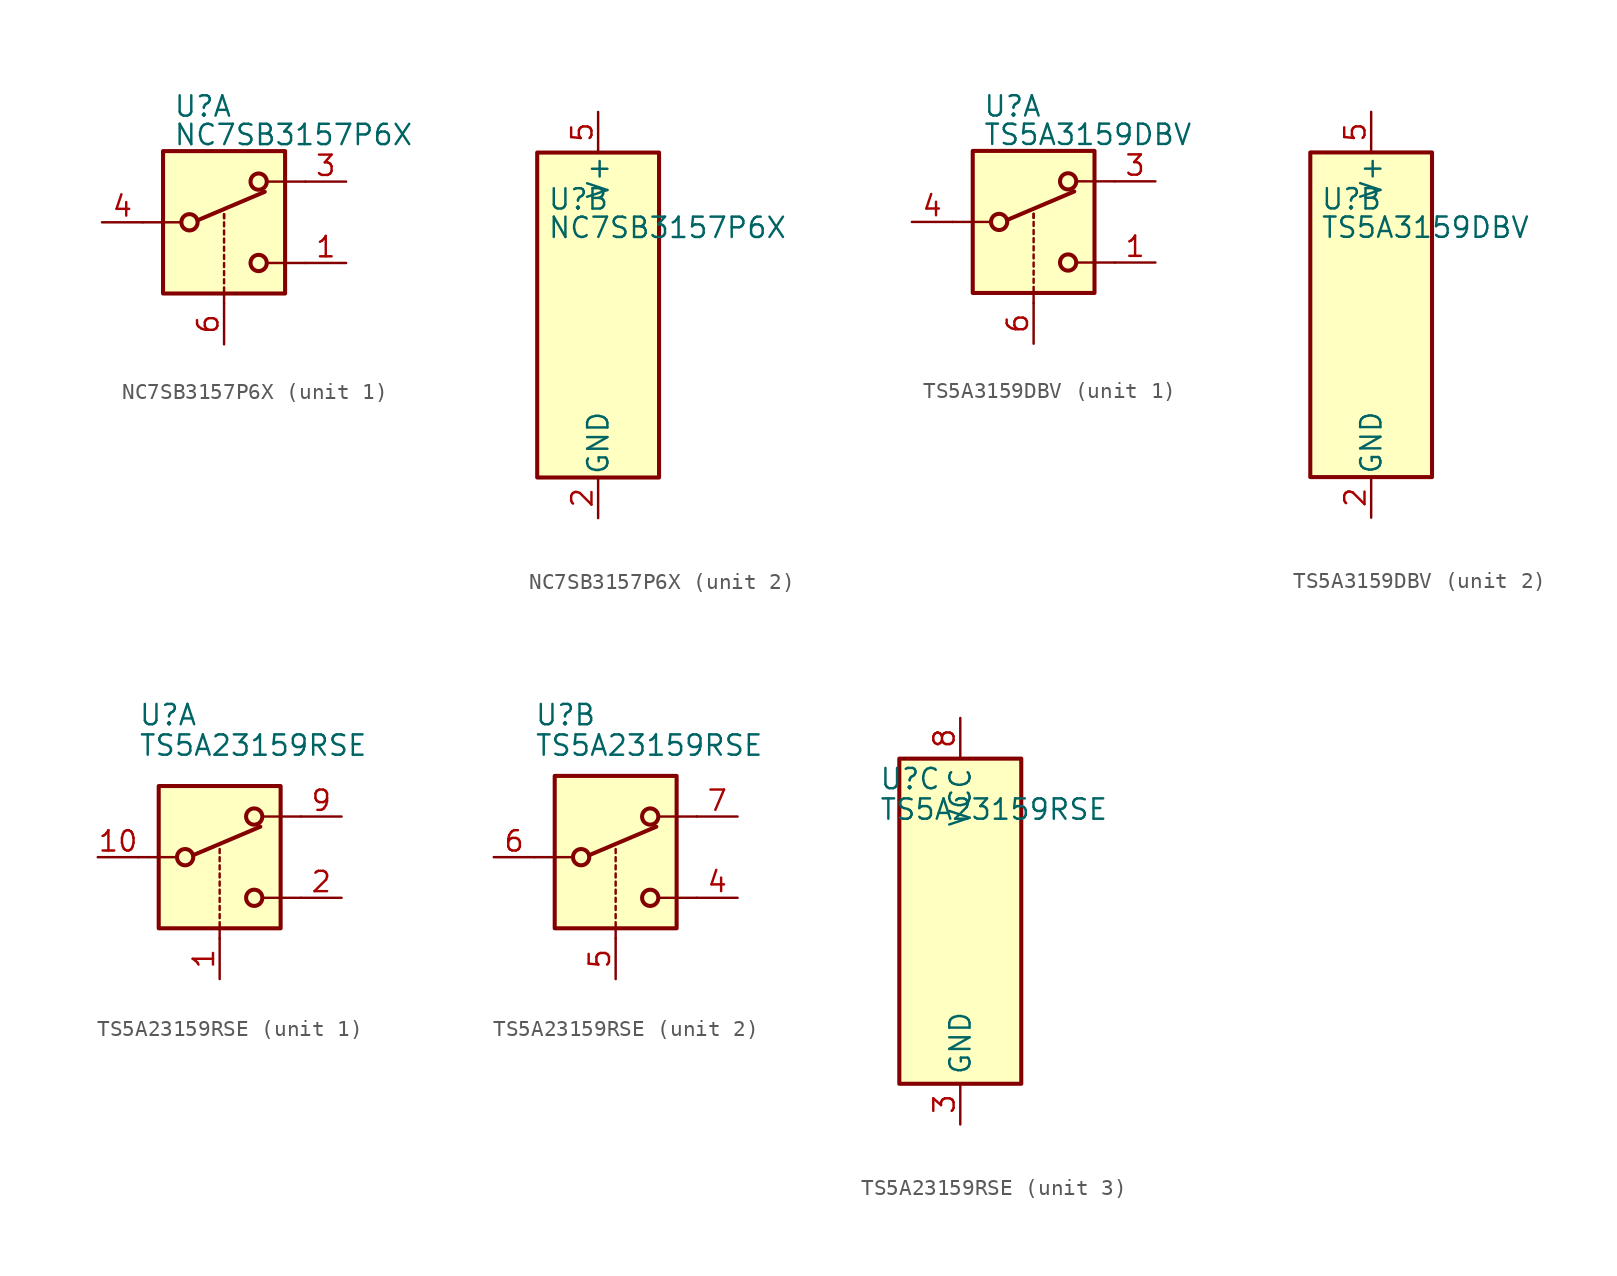
<source format=kicad_sym>
(kicad_symbol_lib
  (version 20231120)
  (generator "kicad_symbol_editor")
  (generator_version "8.0")
  (symbol "NC7SB3157P6X"
    (pin_names
      (offset 0.127))
    (property "Reference" "U"
      (at -3.175 7.239 0)
      (effects (font (size 1.27 1.27)) (justify left)))
    (property "Value" "NC7SB3157P6X"
      (at -3.175 5.461 0)
      (effects (font (size 1.27 1.27)) (justify left)))
    (symbol "NC7SB3157P6X_1_1"
      (rectangle (start -3.81 4.445) (end 3.81 -4.445) (stroke (width 0.254) (type default)) (fill (type background)))
      (circle (center -2.159 0) (radius 0.508) (stroke (width 0.254) (type default)) (fill (type none)))
      (polyline (pts (xy -5.08 0) (xy -2.794 0)) (stroke (width 0) (type default)) (fill (type none)))
      (polyline (pts (xy -1.651 0.127) (xy 2.54 1.905)) (stroke (width 0.254) (type default)) (fill (type none)))
      (polyline (pts (xy 0 -5.08) (xy 0 -4.572)) (stroke (width 0) (type default)) (fill (type none)))
      (polyline (pts (xy 0 -4.318) (xy 0 -4.064)) (stroke (width 0) (type default)) (fill (type none)))
      (polyline (pts (xy 0 -3.81) (xy 0 -3.556)) (stroke (width 0) (type default)) (fill (type none)))
      (polyline (pts (xy 0 -3.302) (xy 0 -3.048)) (stroke (width 0) (type default)) (fill (type none)))
      (polyline (pts (xy 0 -2.794) (xy 0 -2.54)) (stroke (width 0) (type default)) (fill (type none)))
      (polyline (pts (xy 0 -2.286) (xy 0 -2.032)) (stroke (width 0) (type default)) (fill (type none)))
      (polyline (pts (xy 0 -1.778) (xy 0 -1.524)) (stroke (width 0) (type default)) (fill (type none)))
      (polyline (pts (xy 0 -1.27) (xy 0 -1.016)) (stroke (width 0) (type default)) (fill (type none)))
      (polyline (pts (xy 0 -0.762) (xy 0 -0.508)) (stroke (width 0) (type default)) (fill (type none)))
      (polyline (pts (xy 0 -0.254) (xy 0 0)) (stroke (width 0) (type default)) (fill (type none)))
      (polyline (pts (xy 0 0.254) (xy 0 0.508)) (stroke (width 0) (type default)) (fill (type none)))
      (polyline (pts (xy 0 0.254) (xy 0 0.508)) (stroke (width 0) (type default)) (fill (type none)))
      (polyline (pts (xy 5.08 -2.54) (xy 2.794 -2.54)) (stroke (width 0) (type default)) (fill (type none)))
      (polyline (pts (xy 5.08 2.54) (xy 2.794 2.54)) (stroke (width 0) (type default)) (fill (type none)))
      (circle (center 2.159 -2.54) (radius 0.508) (stroke (width 0.254) (type default)) (fill (type none)))
      (circle (center 2.159 2.54) (radius 0.508) (stroke (width 0.254) (type default)) (fill (type none)))
      (pin passive line (at 7.62 -2.54 180) (length 2.54) (name "~" (effects (font (size 1.27 1.27)))) (number "1" (effects (font (size 1.27 1.27)))))
      (pin passive line (at 7.62 2.54 180) (length 2.54) (name "~" (effects (font (size 1.27 1.27)))) (number "3" (effects (font (size 1.27 1.27)))))
      (pin passive line (at -7.62 0 0) (length 2.54) (name "~" (effects (font (size 1.27 1.27)))) (number "4" (effects (font (size 1.27 1.27)))))
      (pin input line (at 0 -7.62 90) (length 2.54) (name "~" (effects (font (size 1.27 1.27)))) (number "6" (effects (font (size 1.27 1.27))))))
    (symbol "NC7SB3157P6X_2_0"
      (pin power_in line (at 0 -12.7 90) (length 2.54) (name "GND" (effects (font (size 1.27 1.27)))) (number "2" (effects (font (size 1.27 1.27)))))
      (pin power_in line (at 0 12.7 270) (length 2.54) (name "V+" (effects (font (size 1.27 1.27)))) (number "5" (effects (font (size 1.27 1.27))))))
    (symbol "NC7SB3157P6X_2_1"
      (rectangle (start -3.81 10.16) (end 3.81 -10.16) (stroke (width 0.254) (type default)) (fill (type background)))))
  (symbol "TS5A3159DBV"
    (pin_names
      (offset 0.127))
    (property "Reference" "U"
      (at -3.175 7.239 0)
      (effects (font (size 1.27 1.27)) (justify left)))
    (property "Value" "TS5A3159DBV"
      (at -3.175 5.461 0)
      (effects (font (size 1.27 1.27)) (justify left)))
    (symbol "TS5A3159DBV_1_1"
      (rectangle (start -3.81 4.445) (end 3.81 -4.445) (stroke (width 0.254) (type default)) (fill (type background)))
      (circle (center -2.159 0) (radius 0.508) (stroke (width 0.254) (type default)) (fill (type none)))
      (polyline (pts (xy -5.08 0) (xy -2.794 0)) (stroke (width 0) (type default)) (fill (type none)))
      (polyline (pts (xy -1.651 0.127) (xy 2.54 1.905)) (stroke (width 0.254) (type default)) (fill (type none)))
      (polyline (pts (xy 0 -5.08) (xy 0 -4.572)) (stroke (width 0) (type default)) (fill (type none)))
      (polyline (pts (xy 0 -4.318) (xy 0 -4.064)) (stroke (width 0) (type default)) (fill (type none)))
      (polyline (pts (xy 0 -3.81) (xy 0 -3.556)) (stroke (width 0) (type default)) (fill (type none)))
      (polyline (pts (xy 0 -3.302) (xy 0 -3.048)) (stroke (width 0) (type default)) (fill (type none)))
      (polyline (pts (xy 0 -2.794) (xy 0 -2.54)) (stroke (width 0) (type default)) (fill (type none)))
      (polyline (pts (xy 0 -2.286) (xy 0 -2.032)) (stroke (width 0) (type default)) (fill (type none)))
      (polyline (pts (xy 0 -1.778) (xy 0 -1.524)) (stroke (width 0) (type default)) (fill (type none)))
      (polyline (pts (xy 0 -1.27) (xy 0 -1.016)) (stroke (width 0) (type default)) (fill (type none)))
      (polyline (pts (xy 0 -0.762) (xy 0 -0.508)) (stroke (width 0) (type default)) (fill (type none)))
      (polyline (pts (xy 0 -0.254) (xy 0 0)) (stroke (width 0) (type default)) (fill (type none)))
      (polyline (pts (xy 0 0.254) (xy 0 0.508)) (stroke (width 0) (type default)) (fill (type none)))
      (polyline (pts (xy 0 0.254) (xy 0 0.508)) (stroke (width 0) (type default)) (fill (type none)))
      (polyline (pts (xy 5.08 -2.54) (xy 2.794 -2.54)) (stroke (width 0) (type default)) (fill (type none)))
      (polyline (pts (xy 5.08 2.54) (xy 2.794 2.54)) (stroke (width 0) (type default)) (fill (type none)))
      (circle (center 2.159 -2.54) (radius 0.508) (stroke (width 0.254) (type default)) (fill (type none)))
      (circle (center 2.159 2.54) (radius 0.508) (stroke (width 0.254) (type default)) (fill (type none)))
      (pin passive line (at 7.62 -2.54 180) (length 2.54) (name "~" (effects (font (size 1.27 1.27)))) (number "1" (effects (font (size 1.27 1.27)))))
      (pin passive line (at 7.62 2.54 180) (length 2.54) (name "~" (effects (font (size 1.27 1.27)))) (number "3" (effects (font (size 1.27 1.27)))))
      (pin passive line (at -7.62 0 0) (length 2.54) (name "~" (effects (font (size 1.27 1.27)))) (number "4" (effects (font (size 1.27 1.27)))))
      (pin input line (at 0 -7.62 90) (length 2.54) (name "~" (effects (font (size 1.27 1.27)))) (number "6" (effects (font (size 1.27 1.27))))))
    (symbol "TS5A3159DBV_2_0"
      (pin power_in line (at 0 -12.7 90) (length 2.54) (name "GND" (effects (font (size 1.27 1.27)))) (number "2" (effects (font (size 1.27 1.27)))))
      (pin power_in line (at 0 12.7 270) (length 2.54) (name "V+" (effects (font (size 1.27 1.27)))) (number "5" (effects (font (size 1.27 1.27))))))
    (symbol "TS5A3159DBV_2_1"
      (rectangle (start -3.81 10.16) (end 3.81 -10.16) (stroke (width 0.254) (type default)) (fill (type background)))))
  (symbol "TS5A23159RSE"
    (property "Reference" "U"
      (at -5.08 8.89 0)
      (effects (font (size 1.27 1.27)) (justify left)))
    (property "Value" "TS5A23159RSE"
      (at -5.08 6.985 0)
      (effects (font (size 1.27 1.27)) (justify left)))
    (property "ki_locked" ""
      (at 0 0 0)
      (effects (font (size 1.27 1.27))))
    (symbol "TS5A23159RSE_1_1"
      (rectangle (start -3.81 4.445) (end 3.81 -4.445) (stroke (width 0.254) (type default)) (fill (type background)))
      (circle (center -2.159 0) (radius 0.508) (stroke (width 0.254) (type default)) (fill (type none)))
      (polyline (pts (xy -5.08 0) (xy -2.794 0)) (stroke (width 0) (type default)) (fill (type none)))
      (polyline (pts (xy -1.651 0.127) (xy 2.54 1.905)) (stroke (width 0.254) (type default)) (fill (type none)))
      (polyline (pts (xy 0 -5.08) (xy 0 -4.572)) (stroke (width 0) (type default)) (fill (type none)))
      (polyline (pts (xy 0 -4.318) (xy 0 -4.064)) (stroke (width 0) (type default)) (fill (type none)))
      (polyline (pts (xy 0 -3.81) (xy 0 -3.556)) (stroke (width 0) (type default)) (fill (type none)))
      (polyline (pts (xy 0 -3.302) (xy 0 -3.048)) (stroke (width 0) (type default)) (fill (type none)))
      (polyline (pts (xy 0 -2.794) (xy 0 -2.54)) (stroke (width 0) (type default)) (fill (type none)))
      (polyline (pts (xy 0 -2.286) (xy 0 -2.032)) (stroke (width 0) (type default)) (fill (type none)))
      (polyline (pts (xy 0 -1.778) (xy 0 -1.524)) (stroke (width 0) (type default)) (fill (type none)))
      (polyline (pts (xy 0 -1.27) (xy 0 -1.016)) (stroke (width 0) (type default)) (fill (type none)))
      (polyline (pts (xy 0 -0.762) (xy 0 -0.508)) (stroke (width 0) (type default)) (fill (type none)))
      (polyline (pts (xy 0 -0.254) (xy 0 0)) (stroke (width 0) (type default)) (fill (type none)))
      (polyline (pts (xy 0 0.254) (xy 0 0.508)) (stroke (width 0) (type default)) (fill (type none)))
      (polyline (pts (xy 5.08 -2.54) (xy 2.794 -2.54)) (stroke (width 0) (type default)) (fill (type none)))
      (polyline (pts (xy 5.08 2.54) (xy 2.794 2.54)) (stroke (width 0) (type default)) (fill (type none)))
      (circle (center 2.159 -2.54) (radius 0.508) (stroke (width 0.254) (type default)) (fill (type none)))
      (circle (center 2.159 2.54) (radius 0.508) (stroke (width 0.254) (type default)) (fill (type none)))
      (pin input line (at 0 -7.62 90) (length 2.54) (name "~" (effects (font (size 1.27 1.27)))) (number "1" (effects (font (size 1.27 1.27)))))
      (pin passive line (at -7.62 0 0) (length 2.54) (name "~" (effects (font (size 1.27 1.27)))) (number "10" (effects (font (size 1.27 1.27)))))
      (pin passive line (at 7.62 -2.54 180) (length 2.54) (name "~" (effects (font (size 1.27 1.27)))) (number "2" (effects (font (size 1.27 1.27)))))
      (pin passive line (at 7.62 2.54 180) (length 2.54) (name "~" (effects (font (size 1.27 1.27)))) (number "9" (effects (font (size 1.27 1.27))))))
    (symbol "TS5A23159RSE_2_1"
      (rectangle (start -3.81 5.08) (end 3.81 -4.445) (stroke (width 0.254) (type default)) (fill (type background)))
      (circle (center -2.159 0) (radius 0.508) (stroke (width 0.254) (type default)) (fill (type none)))
      (polyline (pts (xy -5.08 0) (xy -2.794 0)) (stroke (width 0) (type default)) (fill (type none)))
      (polyline (pts (xy -1.651 0.127) (xy 2.54 1.905)) (stroke (width 0.254) (type default)) (fill (type none)))
      (polyline (pts (xy 0 -5.08) (xy 0 -4.572)) (stroke (width 0) (type default)) (fill (type none)))
      (polyline (pts (xy 0 -4.318) (xy 0 -4.064)) (stroke (width 0) (type default)) (fill (type none)))
      (polyline (pts (xy 0 -3.81) (xy 0 -3.556)) (stroke (width 0) (type default)) (fill (type none)))
      (polyline (pts (xy 0 -3.302) (xy 0 -3.048)) (stroke (width 0) (type default)) (fill (type none)))
      (polyline (pts (xy 0 -2.794) (xy 0 -2.54)) (stroke (width 0) (type default)) (fill (type none)))
      (polyline (pts (xy 0 -2.286) (xy 0 -2.032)) (stroke (width 0) (type default)) (fill (type none)))
      (polyline (pts (xy 0 -1.778) (xy 0 -1.524)) (stroke (width 0) (type default)) (fill (type none)))
      (polyline (pts (xy 0 -1.27) (xy 0 -1.016)) (stroke (width 0) (type default)) (fill (type none)))
      (polyline (pts (xy 0 -0.762) (xy 0 -0.508)) (stroke (width 0) (type default)) (fill (type none)))
      (polyline (pts (xy 0 -0.254) (xy 0 0)) (stroke (width 0) (type default)) (fill (type none)))
      (polyline (pts (xy 0 0.254) (xy 0 0.508)) (stroke (width 0) (type default)) (fill (type none)))
      (polyline (pts (xy 5.08 -2.54) (xy 2.794 -2.54)) (stroke (width 0) (type default)) (fill (type none)))
      (polyline (pts (xy 5.08 2.54) (xy 2.794 2.54)) (stroke (width 0) (type default)) (fill (type none)))
      (circle (center 2.159 -2.54) (radius 0.508) (stroke (width 0.254) (type default)) (fill (type none)))
      (circle (center 2.159 2.54) (radius 0.508) (stroke (width 0.254) (type default)) (fill (type none)))
      (pin passive line (at 7.62 -2.54 180) (length 2.54) (name "~" (effects (font (size 1.27 1.27)))) (number "4" (effects (font (size 1.27 1.27)))))
      (pin input line (at 0 -7.62 90) (length 2.54) (name "~" (effects (font (size 1.27 1.27)))) (number "5" (effects (font (size 1.27 1.27)))))
      (pin passive line (at -7.62 0 0) (length 2.54) (name "~" (effects (font (size 1.27 1.27)))) (number "6" (effects (font (size 1.27 1.27)))))
      (pin passive line (at 7.62 2.54 180) (length 2.54) (name "~" (effects (font (size 1.27 1.27)))) (number "7" (effects (font (size 1.27 1.27))))))
    (symbol "TS5A23159RSE_3_1"
      (rectangle (start -3.81 10.16) (end 3.81 -10.16) (stroke (width 0.254) (type default)) (fill (type background)))
      (pin power_in line (at 0 -12.7 90) (length 2.54) (name "GND" (effects (font (size 1.27 1.27)))) (number "3" (effects (font (size 1.27 1.27)))))
      (pin power_in line (at 0 12.7 270) (length 2.54) (name "VCC" (effects (font (size 1.27 1.27)))) (number "8" (effects (font (size 1.27 1.27))))))))
</source>
